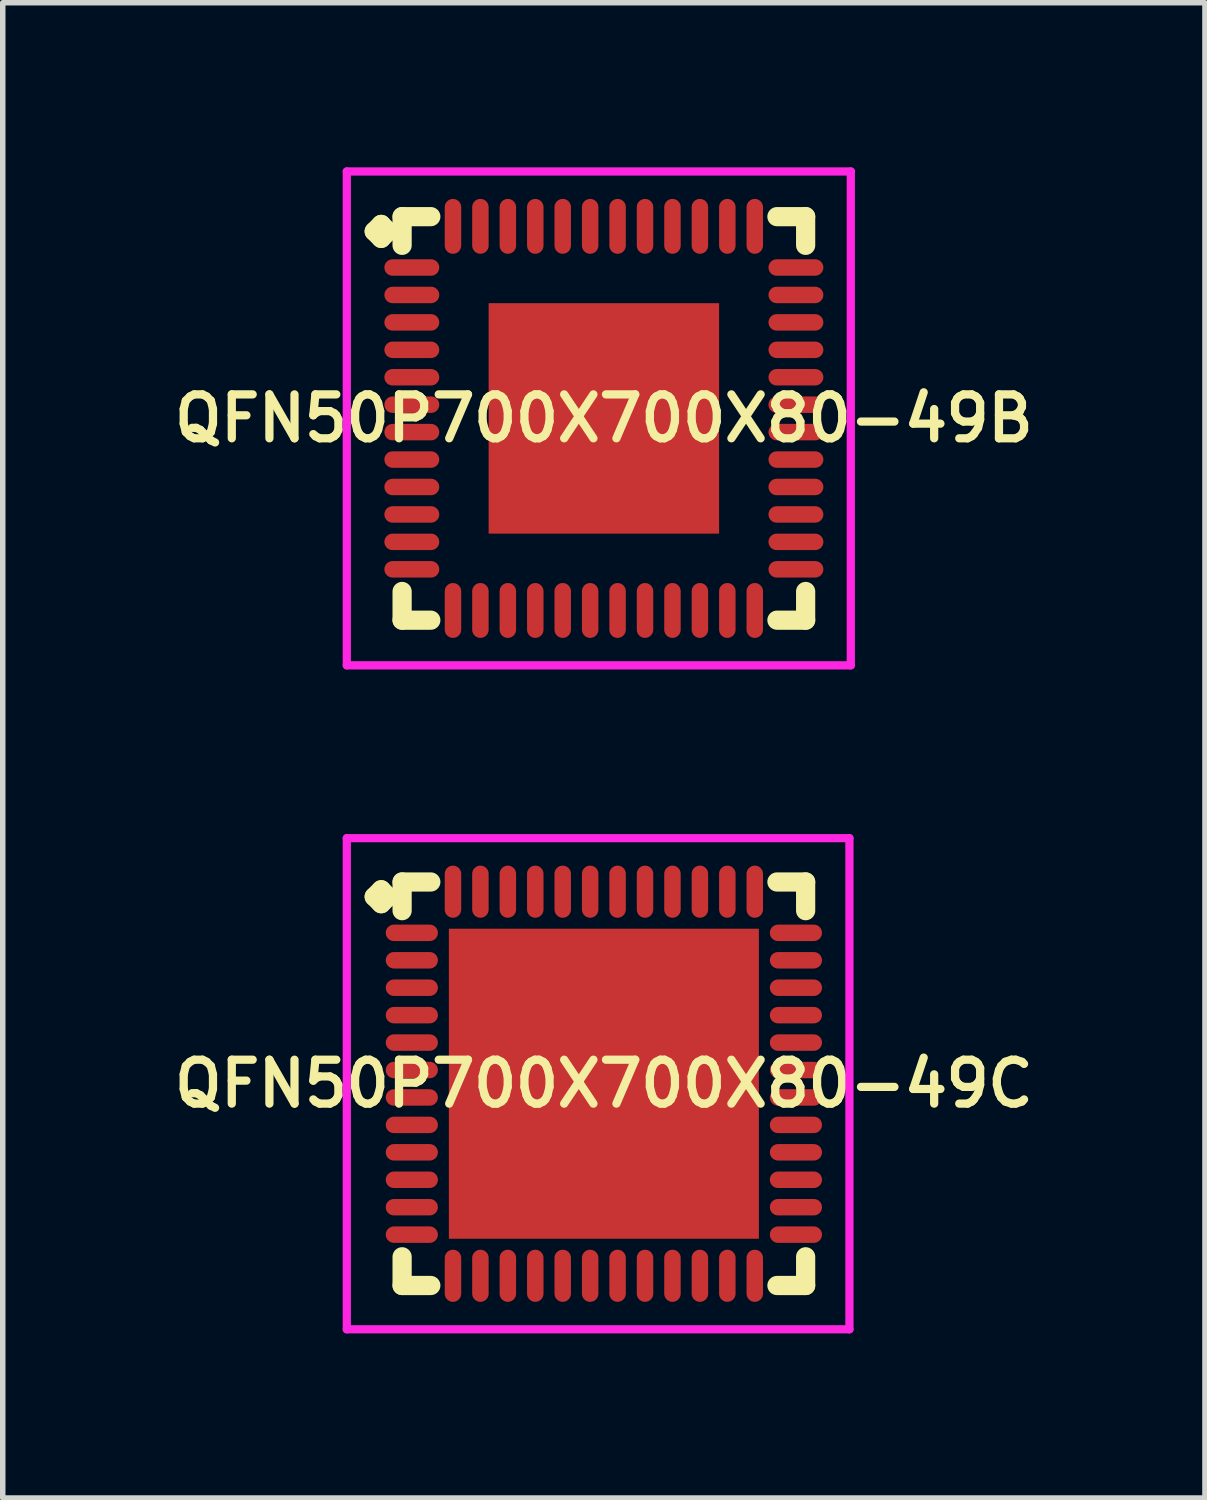
<source format=kicad_pcb>
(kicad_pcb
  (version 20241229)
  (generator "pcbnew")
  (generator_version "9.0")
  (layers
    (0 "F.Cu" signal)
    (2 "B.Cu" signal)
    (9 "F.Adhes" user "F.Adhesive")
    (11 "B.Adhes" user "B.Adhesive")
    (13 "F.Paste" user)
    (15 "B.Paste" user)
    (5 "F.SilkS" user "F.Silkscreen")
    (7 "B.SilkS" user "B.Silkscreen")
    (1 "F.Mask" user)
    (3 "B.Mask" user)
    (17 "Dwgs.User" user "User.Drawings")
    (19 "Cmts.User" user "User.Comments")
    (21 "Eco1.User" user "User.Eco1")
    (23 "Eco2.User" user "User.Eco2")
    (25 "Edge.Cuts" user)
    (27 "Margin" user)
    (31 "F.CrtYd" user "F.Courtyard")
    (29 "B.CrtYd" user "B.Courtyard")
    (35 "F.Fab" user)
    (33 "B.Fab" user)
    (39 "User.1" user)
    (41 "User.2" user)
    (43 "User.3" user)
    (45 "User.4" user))
  (footprint "QFN50P700X700X80-49C"
    (layer "F.Cu")
    (at 7.955 16.7)
    (property "Reference" "QFN50P700X700X80-49C" (at 0 0 0) (layer "F.SilkS") (effects (font (size 0.8 0.8) (thickness 0.15))))
    (attr smd)
    (fp_line (start -4.185 -3.408) (end -4.058 -3.535) (stroke (width 0.35) (type solid)) (layer "F.SilkS"))
    (fp_line (start -4.058 -3.535) (end -3.931 -3.408) (stroke (width 0.35) (type solid)) (layer "F.SilkS"))
    (fp_line (start -4.058 -3.281) (end -4.185 -3.408) (stroke (width 0.35) (type solid)) (layer "F.SilkS"))
    (fp_line (start -3.931 -3.408) (end -4.058 -3.281) (stroke (width 0.35) (type solid)) (layer "F.SilkS"))
    (fp_line (start -3.677 -3.677) (end -3.154 -3.677) (stroke (width 0.35) (type solid)) (layer "F.SilkS"))
    (fp_line (start -3.677 -3.154) (end -3.677 -3.677) (stroke (width 0.35) (type solid)) (layer "F.SilkS"))
    (fp_line (start -3.677 3.154) (end -3.677 3.677) (stroke (width 0.35) (type solid)) (layer "F.SilkS"))
    (fp_line (start -3.677 3.677) (end -3.154 3.677) (stroke (width 0.35) (type solid)) (layer "F.SilkS"))
    (fp_line (start 3.154 -3.677) (end 3.677 -3.677) (stroke (width 0.35) (type solid)) (layer "F.SilkS"))
    (fp_line (start 3.154 3.677) (end 3.677 3.677) (stroke (width 0.35) (type solid)) (layer "F.SilkS"))
    (fp_line (start 3.677 -3.677) (end 3.677 -3.154) (stroke (width 0.35) (type solid)) (layer "F.SilkS"))
    (fp_line (start 3.677 3.677) (end 3.677 3.154) (stroke (width 0.35) (type solid)) (layer "F.SilkS"))
    (fp_line (start -4.685 -4.475) (end 4.475 -4.475) (stroke (width 0.15) (type solid)) (layer "F.CrtYd"))
    (fp_line (start -4.685 4.475) (end -4.685 -4.475) (stroke (width 0.15) (type solid)) (layer "F.CrtYd"))
    (fp_line (start 4.475 -4.475) (end 4.475 4.475) (stroke (width 0.15) (type solid)) (layer "F.CrtYd"))
    (fp_line (start 4.475 4.475) (end -4.685 4.475) (stroke (width 0.15) (type solid)) (layer "F.CrtYd"))
    (pad "1" smd oval (at -3.5 -2.75) (size 0.95 0.3) (layers "F.Cu" "F.Mask" "F.Paste"))
    (pad "2" smd oval (at -3.5 -2.25) (size 0.95 0.3) (layers "F.Cu" "F.Mask" "F.Paste"))
    (pad "3" smd oval (at -3.5 -1.75) (size 0.95 0.3) (layers "F.Cu" "F.Mask" "F.Paste"))
    (pad "4" smd oval (at -3.5 -1.25) (size 0.95 0.3) (layers "F.Cu" "F.Mask" "F.Paste"))
    (pad "5" smd oval (at -3.5 -0.75) (size 0.95 0.3) (layers "F.Cu" "F.Mask" "F.Paste"))
    (pad "6" smd oval (at -3.5 -0.25) (size 0.95 0.3) (layers "F.Cu" "F.Mask" "F.Paste"))
    (pad "7" smd oval (at -3.5 0.25) (size 0.95 0.3) (layers "F.Cu" "F.Mask" "F.Paste"))
    (pad "8" smd oval (at -3.5 0.75) (size 0.95 0.3) (layers "F.Cu" "F.Mask" "F.Paste"))
    (pad "9" smd oval (at -3.5 1.25) (size 0.95 0.3) (layers "F.Cu" "F.Mask" "F.Paste"))
    (pad "10" smd oval (at -3.5 1.75) (size 0.95 0.3) (layers "F.Cu" "F.Mask" "F.Paste"))
    (pad "11" smd oval (at -3.5 2.25) (size 0.95 0.3) (layers "F.Cu" "F.Mask" "F.Paste"))
    (pad "12" smd oval (at -3.5 2.75) (size 0.95 0.3) (layers "F.Cu" "F.Mask" "F.Paste"))
    (pad "13" smd oval (at -2.75 3.5) (size 0.3 0.95) (layers "F.Cu" "F.Mask" "F.Paste"))
    (pad "14" smd oval (at -2.25 3.5) (size 0.3 0.95) (layers "F.Cu" "F.Mask" "F.Paste"))
    (pad "15" smd oval (at -1.75 3.5) (size 0.3 0.95) (layers "F.Cu" "F.Mask" "F.Paste"))
    (pad "16" smd oval (at -1.25 3.5) (size 0.3 0.95) (layers "F.Cu" "F.Mask" "F.Paste"))
    (pad "17" smd oval (at -0.75 3.5) (size 0.3 0.95) (layers "F.Cu" "F.Mask" "F.Paste"))
    (pad "18" smd oval (at -0.25 3.5) (size 0.3 0.95) (layers "F.Cu" "F.Mask" "F.Paste"))
    (pad "19" smd oval (at 0.25 3.5) (size 0.3 0.95) (layers "F.Cu" "F.Mask" "F.Paste"))
    (pad "20" smd oval (at 0.75 3.5) (size 0.3 0.95) (layers "F.Cu" "F.Mask" "F.Paste"))
    (pad "21" smd oval (at 1.25 3.5) (size 0.3 0.95) (layers "F.Cu" "F.Mask" "F.Paste"))
    (pad "22" smd oval (at 1.75 3.5) (size 0.3 0.95) (layers "F.Cu" "F.Mask" "F.Paste"))
    (pad "23" smd oval (at 2.25 3.5) (size 0.3 0.95) (layers "F.Cu" "F.Mask" "F.Paste"))
    (pad "24" smd oval (at 2.75 3.5) (size 0.3 0.95) (layers "F.Cu" "F.Mask" "F.Paste"))
    (pad "25" smd oval (at 3.5 2.75) (size 0.95 0.3) (layers "F.Cu" "F.Mask" "F.Paste"))
    (pad "26" smd oval (at 3.5 2.25) (size 0.95 0.3) (layers "F.Cu" "F.Mask" "F.Paste"))
    (pad "27" smd oval (at 3.5 1.75) (size 0.95 0.3) (layers "F.Cu" "F.Mask" "F.Paste"))
    (pad "28" smd oval (at 3.5 1.25) (size 0.95 0.3) (layers "F.Cu" "F.Mask" "F.Paste"))
    (pad "29" smd oval (at 3.5 0.75) (size 0.95 0.3) (layers "F.Cu" "F.Mask" "F.Paste"))
    (pad "30" smd oval (at 3.5 0.25) (size 0.95 0.3) (layers "F.Cu" "F.Mask" "F.Paste"))
    (pad "31" smd oval (at 3.5 -0.25) (size 0.95 0.3) (layers "F.Cu" "F.Mask" "F.Paste"))
    (pad "32" smd oval (at 3.5 -0.75) (size 0.95 0.3) (layers "F.Cu" "F.Mask" "F.Paste"))
    (pad "33" smd oval (at 3.5 -1.25) (size 0.95 0.3) (layers "F.Cu" "F.Mask" "F.Paste"))
    (pad "34" smd oval (at 3.5 -1.75) (size 0.95 0.3) (layers "F.Cu" "F.Mask" "F.Paste"))
    (pad "35" smd oval (at 3.5 -2.25) (size 0.95 0.3) (layers "F.Cu" "F.Mask" "F.Paste"))
    (pad "36" smd oval (at 3.5 -2.75) (size 0.95 0.3) (layers "F.Cu" "F.Mask" "F.Paste"))
    (pad "37" smd oval (at 2.75 -3.5) (size 0.3 0.95) (layers "F.Cu" "F.Mask" "F.Paste"))
    (pad "38" smd oval (at 2.25 -3.5) (size 0.3 0.95) (layers "F.Cu" "F.Mask" "F.Paste"))
    (pad "39" smd oval (at 1.75 -3.5) (size 0.3 0.95) (layers "F.Cu" "F.Mask" "F.Paste"))
    (pad "40" smd oval (at 1.25 -3.5) (size 0.3 0.95) (layers "F.Cu" "F.Mask" "F.Paste"))
    (pad "41" smd oval (at 0.75 -3.5) (size 0.3 0.95) (layers "F.Cu" "F.Mask" "F.Paste"))
    (pad "42" smd oval (at 0.25 -3.5) (size 0.3 0.95) (layers "F.Cu" "F.Mask" "F.Paste"))
    (pad "43" smd oval (at -0.25 -3.5) (size 0.3 0.95) (layers "F.Cu" "F.Mask" "F.Paste"))
    (pad "44" smd oval (at -0.75 -3.5) (size 0.3 0.95) (layers "F.Cu" "F.Mask" "F.Paste"))
    (pad "45" smd oval (at -1.25 -3.5) (size 0.3 0.95) (layers "F.Cu" "F.Mask" "F.Paste"))
    (pad "46" smd oval (at -1.75 -3.5) (size 0.3 0.95) (layers "F.Cu" "F.Mask" "F.Paste"))
    (pad "47" smd oval (at -2.25 -3.5) (size 0.3 0.95) (layers "F.Cu" "F.Mask" "F.Paste"))
    (pad "48" smd oval (at -2.75 -3.5) (size 0.3 0.95) (layers "F.Cu" "F.Mask" "F.Paste"))
    (pad "49" smd rect (at 0 0) (size 5.65 5.65) (layers "F.Cu" "F.Mask" "F.Paste")))
  (footprint "QFN50P700X700X80-49B"
    (layer "F.Cu")
    (at 7.955 4.575)
    (property "Reference" "QFN50P700X700X80-49B" (at 0 0 0) (layer "F.SilkS") (effects (font (size 0.8 0.8) (thickness 0.15))))
    (attr smd)
    (fp_line (start -4.185 -3.408) (end -4.058 -3.535) (stroke (width 0.35) (type solid)) (layer "F.SilkS"))
    (fp_line (start -4.058 -3.535) (end -3.931 -3.408) (stroke (width 0.35) (type solid)) (layer "F.SilkS"))
    (fp_line (start -4.058 -3.281) (end -4.185 -3.408) (stroke (width 0.35) (type solid)) (layer "F.SilkS"))
    (fp_line (start -3.931 -3.408) (end -4.058 -3.281) (stroke (width 0.35) (type solid)) (layer "F.SilkS"))
    (fp_line (start -3.677 -3.677) (end -3.154 -3.677) (stroke (width 0.35) (type solid)) (layer "F.SilkS"))
    (fp_line (start -3.677 -3.154) (end -3.677 -3.677) (stroke (width 0.35) (type solid)) (layer "F.SilkS"))
    (fp_line (start -3.677 3.154) (end -3.677 3.677) (stroke (width 0.35) (type solid)) (layer "F.SilkS"))
    (fp_line (start -3.677 3.677) (end -3.154 3.677) (stroke (width 0.35) (type solid)) (layer "F.SilkS"))
    (fp_line (start 3.154 -3.677) (end 3.677 -3.677) (stroke (width 0.35) (type solid)) (layer "F.SilkS"))
    (fp_line (start 3.154 3.677) (end 3.677 3.677) (stroke (width 0.35) (type solid)) (layer "F.SilkS"))
    (fp_line (start 3.677 -3.677) (end 3.677 -3.154) (stroke (width 0.35) (type solid)) (layer "F.SilkS"))
    (fp_line (start 3.677 3.677) (end 3.677 3.154) (stroke (width 0.35) (type solid)) (layer "F.SilkS"))
    (fp_line (start -4.685 -4.5) (end 4.5 -4.5) (stroke (width 0.15) (type solid)) (layer "F.CrtYd"))
    (fp_line (start -4.685 4.5) (end -4.685 -4.5) (stroke (width 0.15) (type solid)) (layer "F.CrtYd"))
    (fp_line (start 4.5 -4.5) (end 4.5 4.5) (stroke (width 0.15) (type solid)) (layer "F.CrtYd"))
    (fp_line (start 4.5 4.5) (end -4.685 4.5) (stroke (width 0.15) (type solid)) (layer "F.CrtYd"))
    (pad "1" smd oval (at -3.5 -2.75) (size 1 0.3) (layers "F.Cu" "F.Mask" "F.Paste"))
    (pad "2" smd oval (at -3.5 -2.25) (size 1 0.3) (layers "F.Cu" "F.Mask" "F.Paste"))
    (pad "3" smd oval (at -3.5 -1.75) (size 1 0.3) (layers "F.Cu" "F.Mask" "F.Paste"))
    (pad "4" smd oval (at -3.5 -1.25) (size 1 0.3) (layers "F.Cu" "F.Mask" "F.Paste"))
    (pad "5" smd oval (at -3.5 -0.75) (size 1 0.3) (layers "F.Cu" "F.Mask" "F.Paste"))
    (pad "6" smd oval (at -3.5 -0.25) (size 1 0.3) (layers "F.Cu" "F.Mask" "F.Paste"))
    (pad "7" smd oval (at -3.5 0.25) (size 1 0.3) (layers "F.Cu" "F.Mask" "F.Paste"))
    (pad "8" smd oval (at -3.5 0.75) (size 1 0.3) (layers "F.Cu" "F.Mask" "F.Paste"))
    (pad "9" smd oval (at -3.5 1.25) (size 1 0.3) (layers "F.Cu" "F.Mask" "F.Paste"))
    (pad "10" smd oval (at -3.5 1.75) (size 1 0.3) (layers "F.Cu" "F.Mask" "F.Paste"))
    (pad "11" smd oval (at -3.5 2.25) (size 1 0.3) (layers "F.Cu" "F.Mask" "F.Paste"))
    (pad "12" smd oval (at -3.5 2.75) (size 1 0.3) (layers "F.Cu" "F.Mask" "F.Paste"))
    (pad "13" smd oval (at -2.75 3.5) (size 0.3 1) (layers "F.Cu" "F.Mask" "F.Paste"))
    (pad "14" smd oval (at -2.25 3.5) (size 0.3 1) (layers "F.Cu" "F.Mask" "F.Paste"))
    (pad "15" smd oval (at -1.75 3.5) (size 0.3 1) (layers "F.Cu" "F.Mask" "F.Paste"))
    (pad "16" smd oval (at -1.25 3.5) (size 0.3 1) (layers "F.Cu" "F.Mask" "F.Paste"))
    (pad "17" smd oval (at -0.75 3.5) (size 0.3 1) (layers "F.Cu" "F.Mask" "F.Paste"))
    (pad "18" smd oval (at -0.25 3.5) (size 0.3 1) (layers "F.Cu" "F.Mask" "F.Paste"))
    (pad "19" smd oval (at 0.25 3.5) (size 0.3 1) (layers "F.Cu" "F.Mask" "F.Paste"))
    (pad "20" smd oval (at 0.75 3.5) (size 0.3 1) (layers "F.Cu" "F.Mask" "F.Paste"))
    (pad "21" smd oval (at 1.25 3.5) (size 0.3 1) (layers "F.Cu" "F.Mask" "F.Paste"))
    (pad "22" smd oval (at 1.75 3.5) (size 0.3 1) (layers "F.Cu" "F.Mask" "F.Paste"))
    (pad "23" smd oval (at 2.25 3.5) (size 0.3 1) (layers "F.Cu" "F.Mask" "F.Paste"))
    (pad "24" smd oval (at 2.75 3.5) (size 0.3 1) (layers "F.Cu" "F.Mask" "F.Paste"))
    (pad "25" smd oval (at 3.5 2.75) (size 1 0.3) (layers "F.Cu" "F.Mask" "F.Paste"))
    (pad "26" smd oval (at 3.5 2.25) (size 1 0.3) (layers "F.Cu" "F.Mask" "F.Paste"))
    (pad "27" smd oval (at 3.5 1.75) (size 1 0.3) (layers "F.Cu" "F.Mask" "F.Paste"))
    (pad "28" smd oval (at 3.5 1.25) (size 1 0.3) (layers "F.Cu" "F.Mask" "F.Paste"))
    (pad "29" smd oval (at 3.5 0.75) (size 1 0.3) (layers "F.Cu" "F.Mask" "F.Paste"))
    (pad "30" smd oval (at 3.5 0.25) (size 1 0.3) (layers "F.Cu" "F.Mask" "F.Paste"))
    (pad "31" smd oval (at 3.5 -0.25) (size 1 0.3) (layers "F.Cu" "F.Mask" "F.Paste"))
    (pad "32" smd oval (at 3.5 -0.75) (size 1 0.3) (layers "F.Cu" "F.Mask" "F.Paste"))
    (pad "33" smd oval (at 3.5 -1.25) (size 1 0.3) (layers "F.Cu" "F.Mask" "F.Paste"))
    (pad "34" smd oval (at 3.5 -1.75) (size 1 0.3) (layers "F.Cu" "F.Mask" "F.Paste"))
    (pad "35" smd oval (at 3.5 -2.25) (size 1 0.3) (layers "F.Cu" "F.Mask" "F.Paste"))
    (pad "36" smd oval (at 3.5 -2.75) (size 1 0.3) (layers "F.Cu" "F.Mask" "F.Paste"))
    (pad "37" smd oval (at 2.75 -3.5) (size 0.3 1) (layers "F.Cu" "F.Mask" "F.Paste"))
    (pad "38" smd oval (at 2.25 -3.5) (size 0.3 1) (layers "F.Cu" "F.Mask" "F.Paste"))
    (pad "39" smd oval (at 1.75 -3.5) (size 0.3 1) (layers "F.Cu" "F.Mask" "F.Paste"))
    (pad "40" smd oval (at 1.25 -3.5) (size 0.3 1) (layers "F.Cu" "F.Mask" "F.Paste"))
    (pad "41" smd oval (at 0.75 -3.5) (size 0.3 1) (layers "F.Cu" "F.Mask" "F.Paste"))
    (pad "42" smd oval (at 0.25 -3.5) (size 0.3 1) (layers "F.Cu" "F.Mask" "F.Paste"))
    (pad "43" smd oval (at -0.25 -3.5) (size 0.3 1) (layers "F.Cu" "F.Mask" "F.Paste"))
    (pad "44" smd oval (at -0.75 -3.5) (size 0.3 1) (layers "F.Cu" "F.Mask" "F.Paste"))
    (pad "45" smd oval (at -1.25 -3.5) (size 0.3 1) (layers "F.Cu" "F.Mask" "F.Paste"))
    (pad "46" smd oval (at -1.75 -3.5) (size 0.3 1) (layers "F.Cu" "F.Mask" "F.Paste"))
    (pad "47" smd oval (at -2.25 -3.5) (size 0.3 1) (layers "F.Cu" "F.Mask" "F.Paste"))
    (pad "48" smd oval (at -2.75 -3.5) (size 0.3 1) (layers "F.Cu" "F.Mask" "F.Paste"))
    (pad "49" smd rect (at 0 0) (size 4.2 4.2) (layers "F.Cu" "F.Mask" "F.Paste")))
  (gr_rect
    (start -3 -3)
    (end 18.909 24.25)
    (stroke (width 0.1) (type default))
    (fill no)
    (layer "Edge.Cuts")))
</source>
